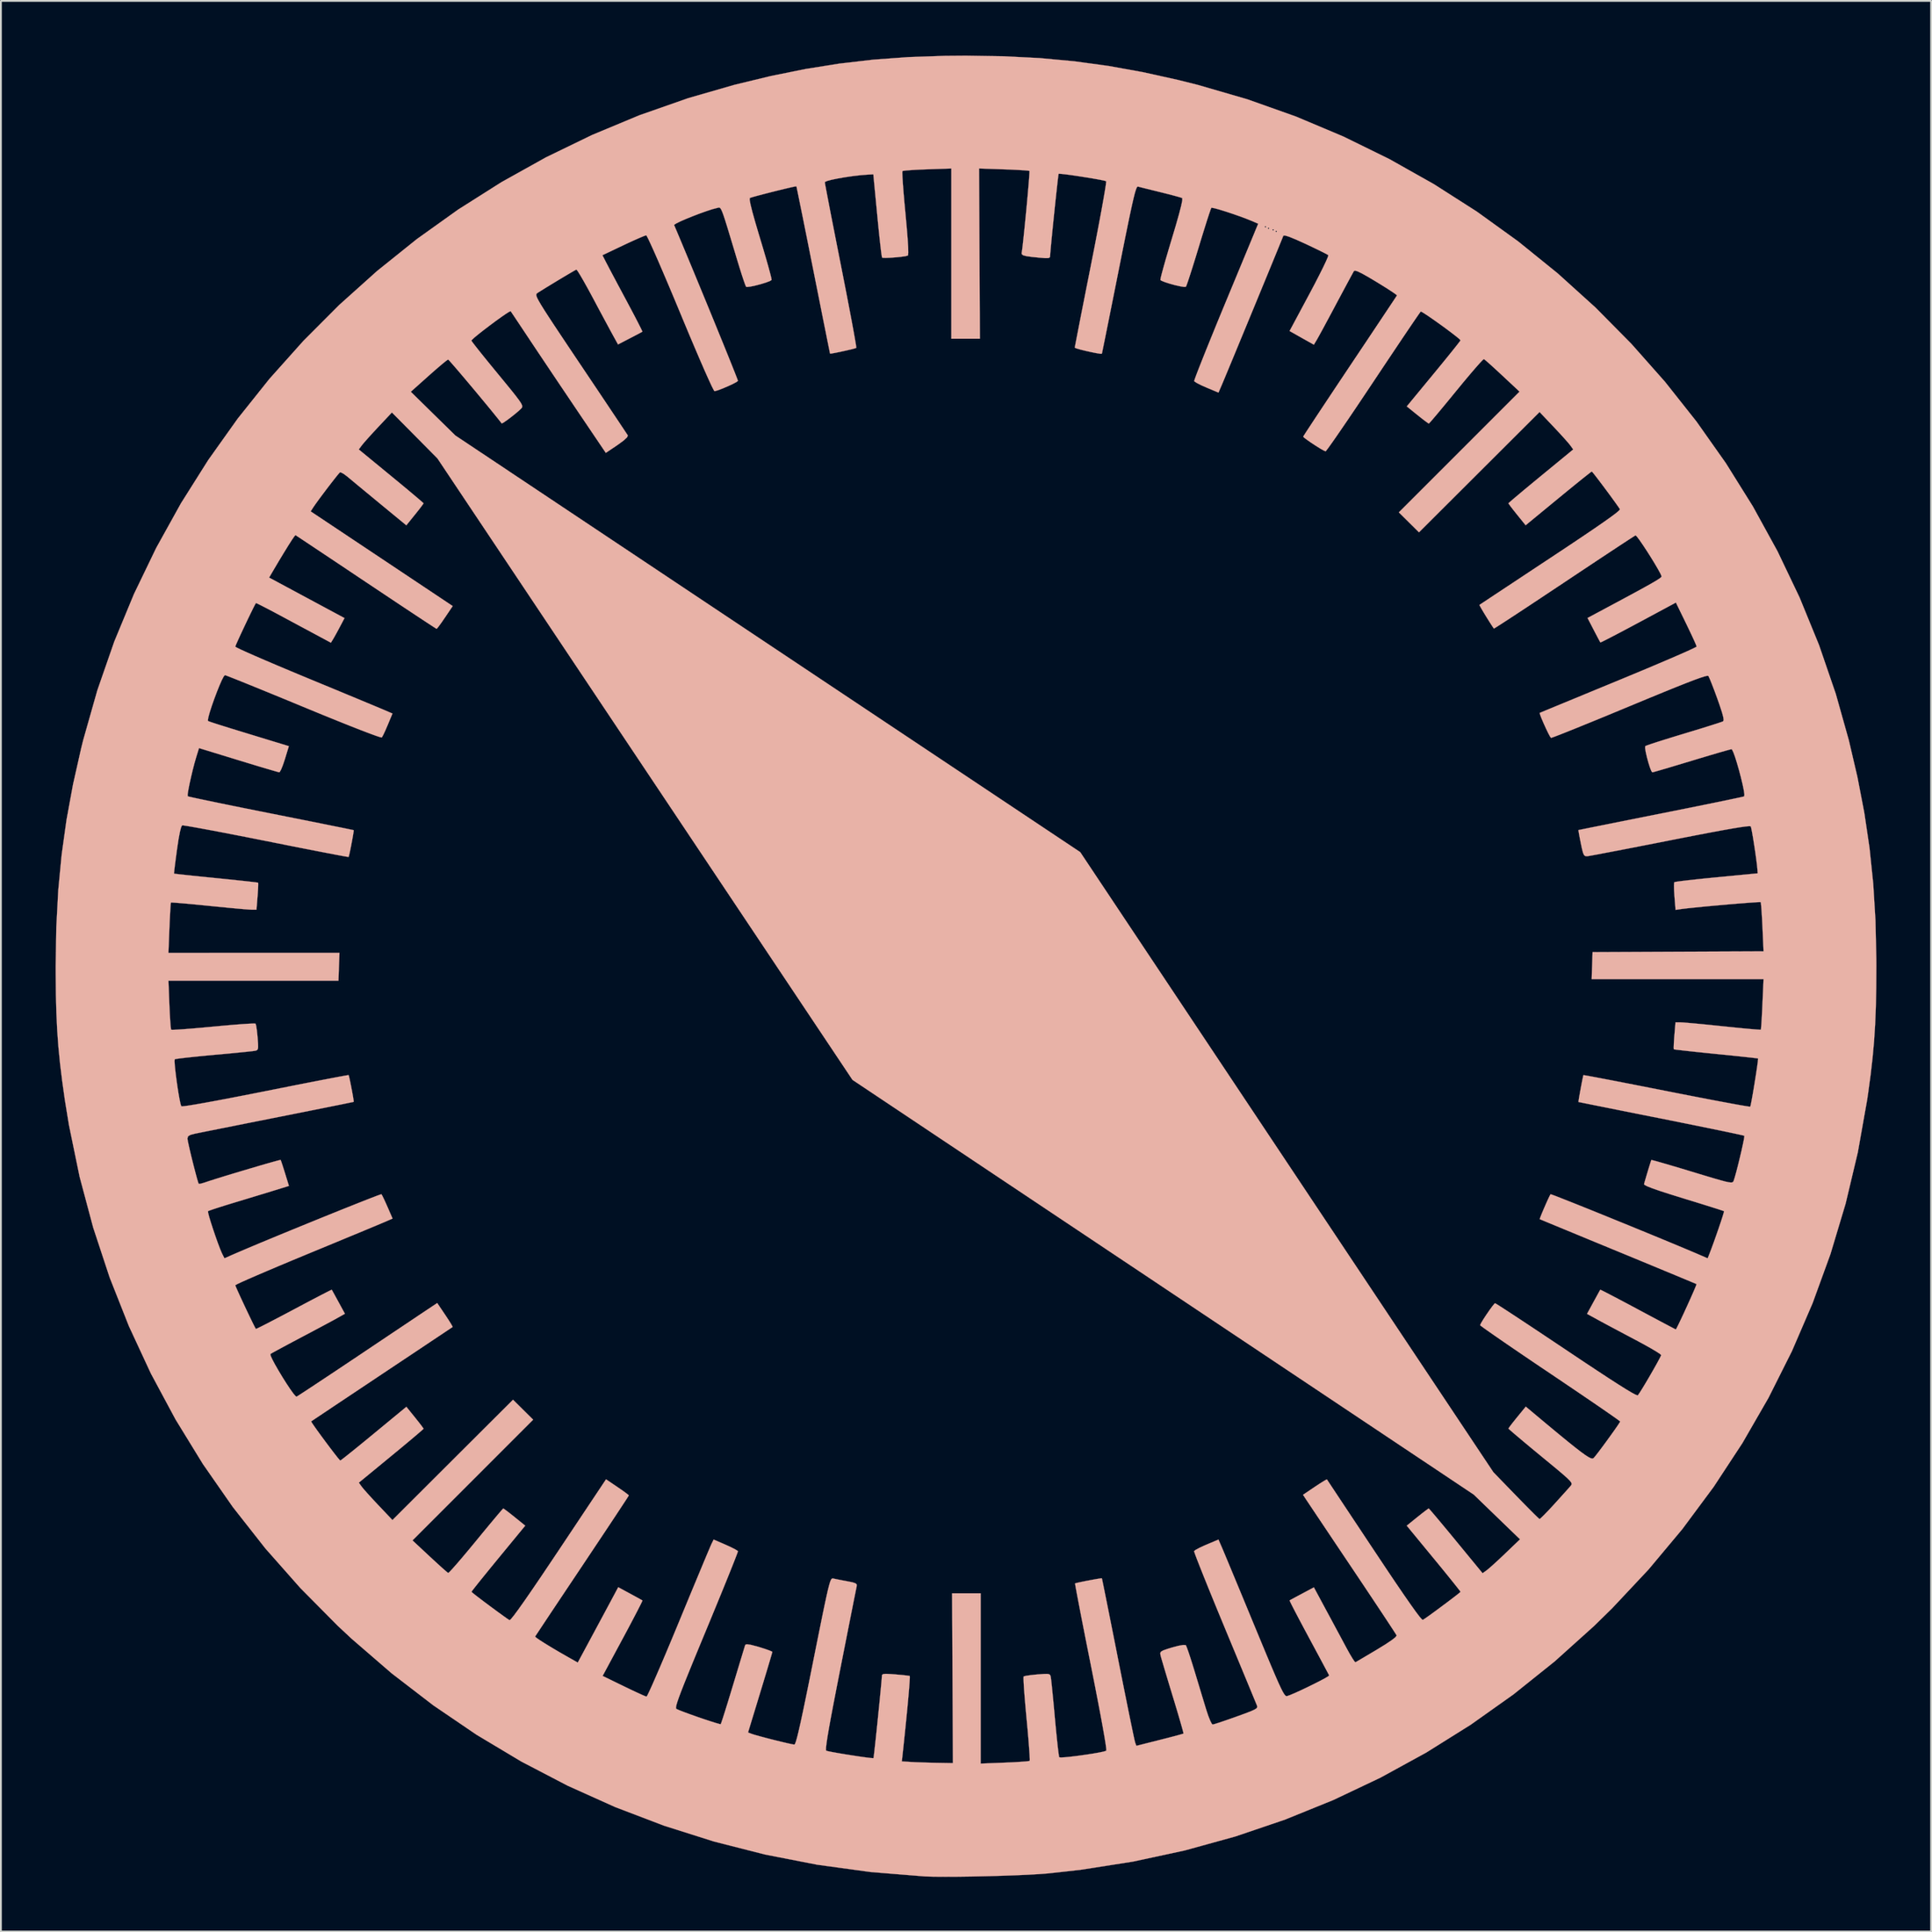
<source format=kicad_pcb>
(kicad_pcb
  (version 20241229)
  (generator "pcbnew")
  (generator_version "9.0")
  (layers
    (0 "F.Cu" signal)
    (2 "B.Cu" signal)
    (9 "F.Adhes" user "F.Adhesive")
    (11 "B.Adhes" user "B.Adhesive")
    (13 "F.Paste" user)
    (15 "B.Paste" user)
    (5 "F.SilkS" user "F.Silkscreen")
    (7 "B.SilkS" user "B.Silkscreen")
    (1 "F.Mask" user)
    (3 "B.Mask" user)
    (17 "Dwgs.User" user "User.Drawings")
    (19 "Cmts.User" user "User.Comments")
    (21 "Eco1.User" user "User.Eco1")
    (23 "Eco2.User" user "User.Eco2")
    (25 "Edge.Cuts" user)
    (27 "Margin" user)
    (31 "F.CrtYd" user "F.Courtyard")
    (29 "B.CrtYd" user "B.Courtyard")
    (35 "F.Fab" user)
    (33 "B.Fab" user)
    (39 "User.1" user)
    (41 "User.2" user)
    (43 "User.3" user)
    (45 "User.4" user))
  (footprint "safari_10x10_B"
    (layer "F.Cu")
    (at 49.905 49.906)
    (property "Reference" "safari_10x10_B" (at 0 0 0) (layer "B.SilkS") (effects (font (size 1.524 1.524) (thickness 0.3))))
    (attr through_hole)
    (fp_poly (pts (xy 2.123 -49.868) (xy 4.089 -49.768) (xy 5.984 -49.593) (xy 7.849 -49.339) (xy 9.727 -49.001) (xy 11.66 -48.573) (xy 12.742 -48.303) (xy 15.476 -47.509) (xy 18.145 -46.562) (xy 20.744 -45.467) (xy 23.268 -44.229) (xy 25.711 -42.854) (xy 28.069 -41.347) (xy 30.335 -39.713) (xy 32.506 -37.957) (xy 34.575 -36.086) (xy 36.537 -34.103) (xy 38.387 -32.015) (xy 40.12 -29.827) (xy 41.731 -27.544) (xy 43.213 -25.171) (xy 44.563 -22.713) (xy 45.774 -20.177) (xy 46.842 -17.567) (xy 47.761 -14.888) (xy 48.475 -12.348) (xy 48.948 -10.324) (xy 49.325 -8.367) (xy 49.612 -6.433) (xy 49.814 -4.48) (xy 49.937 -2.466) (xy 49.984 -0.347) (xy 49.986 0.042) (xy 49.979 1.229) (xy 49.958 2.287) (xy 49.919 3.255) (xy 49.86 4.172) (xy 49.778 5.078) (xy 49.671 6.013) (xy 49.535 7.016) (xy 49.48 7.39) (xy 48.97 10.261) (xy 48.299 13.08) (xy 47.47 15.842) (xy 46.487 18.542) (xy 45.352 21.175) (xy 44.067 23.735) (xy 42.635 26.219) (xy 41.059 28.619) (xy 39.342 30.933) (xy 37.485 33.153) (xy 35.492 35.276) (xy 34.502 36.246) (xy 32.336 38.195) (xy 30.076 40.004) (xy 27.727 41.67) (xy 25.294 43.193) (xy 22.782 44.569) (xy 20.196 45.796) (xy 17.54 46.873) (xy 14.819 47.797) (xy 12.038 48.565) (xy 9.201 49.176) (xy 6.315 49.628) (xy 4.53 49.825) (xy 4.048 49.861) (xy 3.438 49.896) (xy 2.733 49.927) (xy 1.964 49.954) (xy 1.164 49.976) (xy 0.365 49.993) (xy -0.4 50.004) (xy -1.099 50.007) (xy -1.7 50.003) (xy -2.17 49.99) (xy -2.244 49.986) (xy -5.207 49.746) (xy -8.121 49.346) (xy -10.982 48.788) (xy -13.786 48.074) (xy -16.528 47.205) (xy -19.206 46.184) (xy -21.814 45.011) (xy -24.349 43.689) (xy -26.806 42.219) (xy -29.182 40.603) (xy -31.472 38.843) (xy -33.673 36.941) (xy -34.417 36.246) (xy -36.473 34.171) (xy -38.395 31.996) (xy -40.179 29.726) (xy -41.822 27.366) (xy -43.322 24.921) (xy -44.677 22.397) (xy -45.884 19.797) (xy -46.939 17.129) (xy -47.841 14.395) (xy -48.587 11.603) (xy -49.174 8.756) (xy -49.396 7.39) (xy -49.542 6.355) (xy -49.659 5.4) (xy -49.749 4.486) (xy -49.816 3.573) (xy -49.861 2.623) (xy -49.888 1.596) (xy -49.899 0.452) (xy -49.9 0.042) (xy -49.888 -0.677) (xy -43.715 -0.677) (xy -39.023 -0.678) (xy -34.332 -0.678) (xy -34.36 0.084) (xy -34.387 0.847) (xy -43.714 0.847) (xy -43.663 2.169) (xy -43.642 2.625) (xy -43.619 3.02) (xy -43.596 3.322) (xy -43.575 3.502) (xy -43.564 3.539) (xy -43.471 3.543) (xy -43.231 3.533) (xy -42.868 3.508) (xy -42.403 3.471) (xy -41.86 3.424) (xy -41.259 3.368) (xy -41.253 3.368) (xy -40.652 3.312) (xy -40.107 3.265) (xy -39.64 3.23) (xy -39.274 3.207) (xy -39.032 3.198) (xy -38.936 3.204) (xy -38.935 3.205) (xy -38.904 3.309) (xy -38.868 3.539) (xy -38.833 3.851) (xy -38.824 3.955) (xy -38.798 4.297) (xy -38.794 4.506) (xy -38.818 4.618) (xy -38.878 4.669) (xy -38.962 4.692) (xy -39.099 4.711) (xy -39.379 4.742) (xy -39.776 4.782) (xy -40.264 4.83) (xy -40.819 4.882) (xy -41.233 4.919) (xy -41.808 4.973) (xy -42.328 5.025) (xy -42.767 5.072) (xy -43.103 5.113) (xy -43.311 5.143) (xy -43.369 5.159) (xy -43.38 5.258) (xy -43.366 5.487) (xy -43.333 5.812) (xy -43.286 6.195) (xy -43.23 6.6) (xy -43.169 6.993) (xy -43.109 7.336) (xy -43.055 7.594) (xy -43.012 7.73) (xy -43.006 7.739) (xy -42.909 7.739) (xy -42.658 7.706) (xy -42.264 7.643) (xy -41.738 7.551) (xy -41.092 7.432) (xy -40.337 7.289) (xy -39.485 7.124) (xy -38.547 6.939) (xy -38.392 6.908) (xy -37.54 6.738) (xy -36.74 6.579) (xy -36.006 6.435) (xy -35.353 6.308) (xy -34.797 6.201) (xy -34.353 6.117) (xy -34.035 6.059) (xy -33.86 6.029) (xy -33.829 6.027) (xy -33.802 6.119) (xy -33.756 6.327) (xy -33.7 6.605) (xy -33.642 6.907) (xy -33.592 7.186) (xy -33.558 7.397) (xy -33.549 7.493) (xy -33.549 7.494) (xy -33.634 7.513) (xy -33.869 7.561) (xy -34.238 7.637) (xy -34.726 7.735) (xy -35.317 7.854) (xy -35.994 7.989) (xy -36.743 8.139) (xy -37.547 8.299) (xy -37.719 8.333) (xy -38.548 8.498) (xy -39.338 8.655) (xy -40.071 8.802) (xy -40.729 8.933) (xy -41.295 9.046) (xy -41.75 9.137) (xy -42.077 9.203) (xy -42.259 9.24) (xy -42.27 9.243) (xy -42.519 9.309) (xy -42.639 9.388) (xy -42.671 9.506) (xy -42.671 9.511) (xy -42.651 9.643) (xy -42.598 9.895) (xy -42.521 10.231) (xy -42.428 10.616) (xy -42.329 11.012) (xy -42.232 11.384) (xy -42.148 11.696) (xy -42.084 11.912) (xy -42.051 11.995) (xy -41.96 11.988) (xy -41.77 11.935) (xy -41.69 11.908) (xy -41.456 11.83) (xy -41.115 11.721) (xy -40.695 11.591) (xy -40.219 11.446) (xy -39.716 11.295) (xy -39.211 11.145) (xy -38.73 11.003) (xy -38.299 10.878) (xy -37.943 10.778) (xy -37.691 10.709) (xy -37.566 10.68) (xy -37.558 10.681) (xy -37.524 10.77) (xy -37.454 10.981) (xy -37.36 11.277) (xy -37.319 11.408) (xy -37.104 12.106) (xy -37.92 12.358) (xy -38.293 12.473) (xy -38.777 12.62) (xy -39.32 12.785) (xy -39.87 12.952) (xy -40.115 13.026) (xy -40.573 13.166) (xy -40.972 13.292) (xy -41.286 13.395) (xy -41.486 13.466) (xy -41.545 13.492) (xy -41.536 13.585) (xy -41.48 13.802) (xy -41.388 14.108) (xy -41.27 14.47) (xy -41.14 14.854) (xy -41.009 15.224) (xy -40.887 15.547) (xy -40.786 15.787) (xy -40.757 15.849) (xy -40.64 16.078) (xy -40.196 15.881) (xy -39.821 15.719) (xy -39.347 15.517) (xy -38.791 15.283) (xy -38.17 15.025) (xy -37.503 14.749) (xy -36.806 14.463) (xy -36.096 14.173) (xy -35.392 13.886) (xy -34.71 13.61) (xy -34.069 13.352) (xy -33.484 13.119) (xy -32.975 12.917) (xy -32.557 12.754) (xy -32.25 12.637) (xy -32.069 12.573) (xy -32.027 12.564) (xy -31.972 12.661) (xy -31.869 12.873) (xy -31.739 13.161) (xy -31.697 13.256) (xy -31.418 13.898) (xy -31.859 14.089) (xy -32.025 14.159) (xy -32.33 14.287) (xy -32.757 14.465) (xy -33.288 14.686) (xy -33.908 14.942) (xy -34.597 15.228) (xy -35.34 15.535) (xy -36.119 15.857) (xy -36.174 15.88) (xy -36.936 16.196) (xy -37.649 16.495) (xy -38.297 16.769) (xy -38.866 17.013) (xy -39.34 17.219) (xy -39.704 17.382) (xy -39.944 17.495) (xy -40.045 17.552) (xy -40.047 17.555) (xy -40.013 17.648) (xy -39.92 17.86) (xy -39.784 18.159) (xy -39.62 18.512) (xy -39.444 18.887) (xy -39.271 19.25) (xy -39.117 19.568) (xy -38.997 19.809) (xy -38.927 19.941) (xy -38.917 19.954) (xy -38.839 19.923) (xy -38.631 19.821) (xy -38.312 19.659) (xy -37.903 19.446) (xy -37.421 19.194) (xy -36.886 18.911) (xy -36.83 18.881) (xy -36.292 18.595) (xy -35.805 18.338) (xy -35.389 18.121) (xy -35.062 17.952) (xy -34.845 17.843) (xy -34.755 17.802) (xy -34.754 17.802) (xy -34.71 17.88) (xy -34.604 18.072) (xy -34.456 18.343) (xy -34.386 18.471) (xy -34.032 19.12) (xy -34.479 19.371) (xy -34.692 19.488) (xy -35.024 19.667) (xy -35.443 19.891) (xy -35.919 20.145) (xy -36.421 20.41) (xy -36.491 20.447) (xy -36.963 20.697) (xy -37.383 20.922) (xy -37.73 21.109) (xy -37.98 21.246) (xy -38.109 21.321) (xy -38.121 21.33) (xy -38.107 21.422) (xy -38.015 21.625) (xy -37.865 21.908) (xy -37.673 22.242) (xy -37.459 22.598) (xy -37.24 22.945) (xy -37.034 23.255) (xy -36.86 23.497) (xy -36.736 23.642) (xy -36.686 23.67) (xy -36.597 23.616) (xy -36.381 23.476) (xy -36.052 23.261) (xy -35.623 22.978) (xy -35.109 22.637) (xy -34.522 22.247) (xy -33.878 21.817) (xy -33.189 21.357) (xy -33.005 21.233) (xy -32.302 20.762) (xy -31.635 20.315) (xy -31.019 19.903) (xy -30.469 19.535) (xy -30 19.22) (xy -29.624 18.969) (xy -29.357 18.791) (xy -29.213 18.695) (xy -29.199 18.685) (xy -28.967 18.533) (xy -28.531 19.179) (xy -28.344 19.463) (xy -28.203 19.688) (xy -28.129 19.822) (xy -28.123 19.846) (xy -28.197 19.895) (xy -28.399 20.03) (xy -28.716 20.242) (xy -29.135 20.521) (xy -29.643 20.86) (xy -30.228 21.251) (xy -30.877 21.683) (xy -31.577 22.149) (xy -32.004 22.434) (xy -32.727 22.917) (xy -33.407 23.37) (xy -34.031 23.786) (xy -34.586 24.156) (xy -35.058 24.472) (xy -35.437 24.725) (xy -35.707 24.906) (xy -35.857 25.006) (xy -35.884 25.025) (xy -35.847 25.096) (xy -35.727 25.273) (xy -35.546 25.529) (xy -35.323 25.835) (xy -35.08 26.164) (xy -34.838 26.487) (xy -34.616 26.777) (xy -34.437 27.005) (xy -34.32 27.145) (xy -34.287 27.174) (xy -34.212 27.124) (xy -34.024 26.979) (xy -33.741 26.753) (xy -33.378 26.461) (xy -32.954 26.115) (xy -32.486 25.731) (xy -32.451 25.702) (xy -30.66 24.225) (xy -30.189 24.808) (xy -29.979 25.072) (xy -29.817 25.282) (xy -29.728 25.408) (xy -29.718 25.428) (xy -29.781 25.49) (xy -29.958 25.644) (xy -30.232 25.877) (xy -30.587 26.175) (xy -31.005 26.523) (xy -31.471 26.907) (xy -31.494 26.926) (xy -33.269 28.386) (xy -33.11 28.608) (xy -32.992 28.753) (xy -32.784 28.988) (xy -32.516 29.282) (xy -32.215 29.604) (xy -32.187 29.633) (xy -31.424 30.438) (xy -28.117 27.137) (xy -24.809 23.837) (xy -24.257 24.384) (xy -23.705 24.931) (xy -27.015 28.243) (xy -30.325 31.554) (xy -29.381 32.435) (xy -29.048 32.743) (xy -28.758 33.007) (xy -28.532 33.207) (xy -28.395 33.322) (xy -28.366 33.342) (xy -28.296 33.285) (xy -28.135 33.114) (xy -27.896 32.844) (xy -27.594 32.492) (xy -27.244 32.075) (xy -26.859 31.61) (xy -26.839 31.585) (xy -26.454 31.116) (xy -26.105 30.694) (xy -25.805 30.335) (xy -25.569 30.055) (xy -25.411 29.872) (xy -25.344 29.803) (xy -25.344 29.803) (xy -25.266 29.852) (xy -25.088 29.985) (xy -24.844 30.177) (xy -24.723 30.274) (xy -24.14 30.745) (xy -25.616 32.539) (xy -26.002 33.01) (xy -26.35 33.438) (xy -26.647 33.805) (xy -26.878 34.095) (xy -27.03 34.29) (xy -27.089 34.373) (xy -27.089 34.375) (xy -27.025 34.434) (xy -26.852 34.572) (xy -26.599 34.766) (xy -26.295 34.996) (xy -25.967 35.239) (xy -25.646 35.476) (xy -25.359 35.684) (xy -25.135 35.843) (xy -25.003 35.93) (xy -25 35.932) (xy -24.928 35.877) (xy -24.767 35.681) (xy -24.517 35.344) (xy -24.178 34.866) (xy -23.749 34.245) (xy -23.23 33.482) (xy -22.622 32.576) (xy -22.301 32.097) (xy -19.706 28.203) (xy -19.082 28.625) (xy -18.804 28.816) (xy -18.59 28.972) (xy -18.471 29.068) (xy -18.457 29.086) (xy -18.503 29.162) (xy -18.634 29.366) (xy -18.843 29.684) (xy -19.12 30.105) (xy -19.457 30.614) (xy -19.846 31.199) (xy -20.278 31.847) (xy -20.744 32.546) (xy -21.018 32.957) (xy -21.5 33.678) (xy -21.954 34.357) (xy -22.369 34.979) (xy -22.739 35.533) (xy -23.053 36.006) (xy -23.304 36.384) (xy -23.483 36.654) (xy -23.582 36.804) (xy -23.598 36.83) (xy -23.538 36.89) (xy -23.352 37.02) (xy -23.064 37.204) (xy -22.697 37.428) (xy -22.272 37.68) (xy -21.812 37.943) (xy -21.783 37.96) (xy -21.257 38.257) (xy -20.588 37.014) (xy -20.32 36.516) (xy -20.039 35.993) (xy -19.772 35.496) (xy -19.547 35.076) (xy -19.478 34.948) (xy -19.037 34.123) (xy -18.387 34.475) (xy -18.093 34.635) (xy -17.86 34.763) (xy -17.727 34.838) (xy -17.708 34.849) (xy -17.739 34.926) (xy -17.841 35.133) (xy -18.003 35.45) (xy -18.216 35.858) (xy -18.47 36.339) (xy -18.755 36.872) (xy -18.787 36.93) (xy -19.894 38.989) (xy -18.731 39.556) (xy -18.322 39.753) (xy -17.965 39.92) (xy -17.687 40.046) (xy -17.519 40.116) (xy -17.484 40.126) (xy -17.436 40.051) (xy -17.331 39.834) (xy -17.174 39.489) (xy -16.973 39.03) (xy -16.732 38.473) (xy -16.459 37.832) (xy -16.16 37.121) (xy -15.841 36.355) (xy -15.713 36.046) (xy -15.386 35.254) (xy -15.076 34.504) (xy -14.788 33.811) (xy -14.53 33.192) (xy -14.309 32.661) (xy -14.13 32.235) (xy -14 31.929) (xy -13.926 31.759) (xy -13.915 31.735) (xy -13.802 31.508) (xy -13.147 31.792) (xy -12.846 31.93) (xy -12.612 32.05) (xy -12.483 32.131) (xy -12.47 32.146) (xy -12.497 32.236) (xy -12.584 32.466) (xy -12.724 32.824) (xy -12.912 33.295) (xy -13.142 33.865) (xy -13.408 34.518) (xy -13.705 35.24) (xy -14.025 36.018) (xy -14.214 36.473) (xy -14.602 37.41) (xy -14.929 38.202) (xy -15.198 38.863) (xy -15.416 39.402) (xy -15.585 39.834) (xy -15.71 40.168) (xy -15.796 40.418) (xy -15.848 40.594) (xy -15.869 40.71) (xy -15.865 40.776) (xy -15.843 40.802) (xy -15.678 40.875) (xy -15.407 40.98) (xy -15.066 41.105) (xy -14.687 41.239) (xy -14.304 41.37) (xy -13.952 41.486) (xy -13.663 41.576) (xy -13.473 41.629) (xy -13.414 41.636) (xy -13.379 41.546) (xy -13.302 41.317) (xy -13.191 40.968) (xy -13.052 40.524) (xy -12.893 40.004) (xy -12.736 39.487) (xy -12.563 38.915) (xy -12.406 38.395) (xy -12.271 37.949) (xy -12.165 37.6) (xy -12.095 37.37) (xy -12.068 37.284) (xy -11.983 37.252) (xy -11.764 37.283) (xy -11.401 37.378) (xy -11.309 37.405) (xy -10.988 37.506) (xy -10.74 37.594) (xy -10.601 37.655) (xy -10.583 37.671) (xy -10.607 37.762) (xy -10.674 37.993) (xy -10.778 38.343) (xy -10.912 38.791) (xy -11.07 39.314) (xy -11.246 39.892) (xy -11.25 39.906) (xy -11.916 42.092) (xy -11.709 42.171) (xy -11.533 42.227) (xy -11.246 42.307) (xy -10.887 42.403) (xy -10.495 42.503) (xy -10.108 42.598) (xy -9.767 42.679) (xy -9.509 42.735) (xy -9.375 42.757) (xy -9.373 42.757) (xy -9.337 42.715) (xy -9.288 42.584) (xy -9.222 42.354) (xy -9.139 42.015) (xy -9.035 41.559) (xy -8.909 40.975) (xy -8.759 40.255) (xy -8.582 39.389) (xy -8.376 38.368) (xy -8.339 38.179) (xy -8.141 37.191) (xy -7.973 36.357) (xy -7.832 35.663) (xy -7.715 35.097) (xy -7.618 34.646) (xy -7.539 34.297) (xy -7.474 34.039) (xy -7.421 33.856) (xy -7.376 33.738) (xy -7.336 33.672) (xy -7.298 33.644) (xy -7.26 33.642) (xy -7.247 33.644) (xy -7.075 33.681) (xy -6.797 33.736) (xy -6.493 33.793) (xy -6.189 33.853) (xy -6.021 33.908) (xy -5.953 33.973) (xy -5.955 34.066) (xy -5.956 34.073) (xy -5.98 34.187) (xy -6.033 34.452) (xy -6.113 34.851) (xy -6.215 35.367) (xy -6.338 35.985) (xy -6.477 36.689) (xy -6.63 37.462) (xy -6.793 38.288) (xy -6.862 38.638) (xy -7.065 39.673) (xy -7.235 40.552) (xy -7.373 41.283) (xy -7.481 41.876) (xy -7.56 42.34) (xy -7.611 42.685) (xy -7.638 42.919) (xy -7.641 43.052) (xy -7.627 43.091) (xy -7.518 43.122) (xy -7.283 43.169) (xy -6.955 43.228) (xy -6.572 43.292) (xy -6.167 43.356) (xy -5.777 43.415) (xy -5.436 43.462) (xy -5.18 43.493) (xy -5.045 43.502) (xy -5.033 43.499) (xy -5.019 43.413) (xy -4.991 43.185) (xy -4.953 42.842) (xy -4.906 42.411) (xy -4.854 41.919) (xy -4.8 41.393) (xy -4.746 40.859) (xy -4.694 40.345) (xy -4.649 39.876) (xy -4.611 39.481) (xy -4.585 39.186) (xy -4.573 39.017) (xy -4.572 38.997) (xy -4.558 38.926) (xy -4.493 38.887) (xy -4.346 38.875) (xy -4.084 38.888) (xy -3.831 38.907) (xy -3.494 38.937) (xy -3.226 38.965) (xy -3.069 38.987) (xy -3.045 38.993) (xy -3.041 39.081) (xy -3.054 39.32) (xy -3.081 39.689) (xy -3.123 40.17) (xy -3.175 40.745) (xy -3.239 41.395) (xy -3.31 42.1) (xy -3.388 42.843) (xy -3.426 43.197) (xy -3.479 43.679) (xy -2.988 43.71) (xy -2.688 43.725) (xy -2.283 43.739) (xy -1.837 43.752) (xy -1.586 43.757) (xy -0.675 43.773) (xy -0.697 39.116) (xy -0.72 34.459) (xy 0.847 34.459) (xy 0.847 43.799) (xy 2.169 43.747) (xy 2.625 43.727) (xy 3.019 43.704) (xy 3.321 43.681) (xy 3.501 43.66) (xy 3.538 43.65) (xy 3.542 43.557) (xy 3.531 43.318) (xy 3.506 42.955) (xy 3.47 42.49) (xy 3.423 41.947) (xy 3.367 41.346) (xy 3.366 41.339) (xy 3.311 40.738) (xy 3.265 40.192) (xy 3.229 39.725) (xy 3.207 39.36) (xy 3.198 39.117) (xy 3.204 39.02) (xy 3.204 39.02) (xy 3.309 38.989) (xy 3.539 38.953) (xy 3.851 38.918) (xy 3.955 38.909) (xy 4.297 38.883) (xy 4.506 38.878) (xy 4.618 38.903) (xy 4.669 38.962) (xy 4.692 39.047) (xy 4.711 39.184) (xy 4.742 39.464) (xy 4.782 39.861) (xy 4.83 40.349) (xy 4.882 40.903) (xy 4.919 41.317) (xy 4.973 41.893) (xy 5.025 42.412) (xy 5.072 42.852) (xy 5.113 43.187) (xy 5.143 43.395) (xy 5.159 43.453) (xy 5.258 43.464) (xy 5.487 43.451) (xy 5.812 43.418) (xy 6.195 43.371) (xy 6.6 43.314) (xy 6.993 43.254) (xy 7.336 43.194) (xy 7.594 43.14) (xy 7.73 43.097) (xy 7.739 43.091) (xy 7.739 42.994) (xy 7.706 42.743) (xy 7.643 42.349) (xy 7.551 41.823) (xy 7.432 41.177) (xy 7.289 40.422) (xy 7.124 39.57) (xy 6.939 38.632) (xy 6.908 38.476) (xy 6.738 37.625) (xy 6.579 36.824) (xy 6.435 36.09) (xy 6.308 35.438) (xy 6.201 34.882) (xy 6.117 34.438) (xy 6.059 34.12) (xy 6.029 33.945) (xy 6.027 33.914) (xy 6.119 33.887) (xy 6.328 33.841) (xy 6.606 33.784) (xy 6.909 33.727) (xy 7.188 33.676) (xy 7.399 33.642) (xy 7.495 33.633) (xy 7.496 33.634) (xy 7.515 33.719) (xy 7.564 33.954) (xy 7.639 34.325) (xy 7.738 34.816) (xy 7.857 35.411) (xy 7.994 36.096) (xy 8.145 36.854) (xy 8.307 37.671) (xy 8.383 38.058) (xy 8.551 38.903) (xy 8.711 39.701) (xy 8.859 40.437) (xy 8.992 41.094) (xy 9.108 41.657) (xy 9.202 42.108) (xy 9.271 42.432) (xy 9.313 42.613) (xy 9.321 42.643) (xy 9.388 42.825) (xy 10.669 42.502) (xy 11.109 42.39) (xy 11.488 42.291) (xy 11.775 42.213) (xy 11.944 42.163) (xy 11.975 42.151) (xy 11.959 42.065) (xy 11.898 41.84) (xy 11.8 41.497) (xy 11.672 41.058) (xy 11.519 40.546) (xy 11.38 40.09) (xy 11.207 39.521) (xy 11.049 38.996) (xy 10.913 38.541) (xy 10.806 38.179) (xy 10.736 37.936) (xy 10.713 37.846) (xy 10.699 37.74) (xy 10.737 37.662) (xy 10.855 37.592) (xy 11.083 37.511) (xy 11.347 37.43) (xy 11.696 37.337) (xy 11.956 37.291) (xy 12.093 37.297) (xy 12.102 37.303) (xy 12.149 37.407) (xy 12.235 37.644) (xy 12.349 37.985) (xy 12.48 38.401) (xy 12.57 38.693) (xy 12.73 39.221) (xy 12.896 39.771) (xy 13.053 40.288) (xy 13.183 40.716) (xy 13.218 40.831) (xy 13.332 41.175) (xy 13.441 41.449) (xy 13.529 41.618) (xy 13.571 41.656) (xy 13.683 41.629) (xy 13.924 41.553) (xy 14.262 41.439) (xy 14.667 41.298) (xy 14.875 41.224) (xy 15.335 41.057) (xy 15.658 40.933) (xy 15.865 40.841) (xy 15.978 40.769) (xy 16.02 40.704) (xy 16.013 40.634) (xy 16.004 40.61) (xy 15.959 40.499) (xy 15.854 40.246) (xy 15.698 39.868) (xy 15.496 39.379) (xy 15.254 38.795) (xy 14.979 38.132) (xy 14.677 37.404) (xy 14.354 36.627) (xy 14.23 36.327) (xy 13.904 35.54) (xy 13.6 34.799) (xy 13.323 34.12) (xy 13.08 33.517) (xy 12.876 33.004) (xy 12.717 32.598) (xy 12.609 32.312) (xy 12.558 32.162) (xy 12.555 32.143) (xy 12.641 32.074) (xy 12.846 31.963) (xy 13.131 31.831) (xy 13.238 31.785) (xy 13.893 31.509) (xy 14.084 31.947) (xy 14.154 32.112) (xy 14.281 32.416) (xy 14.459 32.842) (xy 14.68 33.374) (xy 14.937 33.992) (xy 15.223 34.682) (xy 15.53 35.424) (xy 15.852 36.203) (xy 15.877 36.263) (xy 16.243 37.146) (xy 16.55 37.884) (xy 16.805 38.491) (xy 17.013 38.978) (xy 17.18 39.359) (xy 17.313 39.645) (xy 17.416 39.849) (xy 17.496 39.984) (xy 17.558 40.062) (xy 17.609 40.096) (xy 17.653 40.097) (xy 17.655 40.097) (xy 17.825 40.037) (xy 18.091 39.925) (xy 18.42 39.775) (xy 18.782 39.603) (xy 19.144 39.425) (xy 19.475 39.257) (xy 19.743 39.113) (xy 19.917 39.009) (xy 19.967 38.963) (xy 19.921 38.874) (xy 19.805 38.656) (xy 19.63 38.328) (xy 19.408 37.912) (xy 19.147 37.427) (xy 18.86 36.893) (xy 18.854 36.882) (xy 18.569 36.35) (xy 18.314 35.87) (xy 18.099 35.46) (xy 17.934 35.14) (xy 17.83 34.929) (xy 17.795 34.846) (xy 17.795 34.846) (xy 17.877 34.8) (xy 18.073 34.694) (xy 18.347 34.547) (xy 18.475 34.479) (xy 19.128 34.131) (xy 19.797 35.375) (xy 20.066 35.873) (xy 20.347 36.397) (xy 20.615 36.895) (xy 20.84 37.315) (xy 20.909 37.444) (xy 21.091 37.773) (xy 21.247 38.034) (xy 21.359 38.199) (xy 21.407 38.242) (xy 21.496 38.191) (xy 21.703 38.069) (xy 22.004 37.891) (xy 22.37 37.674) (xy 22.587 37.545) (xy 23.049 37.261) (xy 23.39 37.034) (xy 23.6 36.869) (xy 23.67 36.773) (xy 23.668 36.768) (xy 23.614 36.678) (xy 23.475 36.462) (xy 23.259 36.132) (xy 22.976 35.703) (xy 22.635 35.189) (xy 22.245 34.603) (xy 21.815 33.958) (xy 21.354 33.27) (xy 21.233 33.089) (xy 20.761 32.386) (xy 20.314 31.719) (xy 19.902 31.104) (xy 19.534 30.554) (xy 19.22 30.085) (xy 18.968 29.709) (xy 18.79 29.442) (xy 18.694 29.299) (xy 18.685 29.285) (xy 18.533 29.052) (xy 19.179 28.616) (xy 19.463 28.429) (xy 19.687 28.288) (xy 19.82 28.214) (xy 19.842 28.208) (xy 19.891 28.282) (xy 20.025 28.484) (xy 20.235 28.801) (xy 20.513 29.221) (xy 20.851 29.73) (xy 21.24 30.316) (xy 21.672 30.966) (xy 22.137 31.667) (xy 22.43 32.107) (xy 23.062 33.056) (xy 23.605 33.864) (xy 24.062 34.534) (xy 24.434 35.069) (xy 24.722 35.472) (xy 24.93 35.745) (xy 25.059 35.89) (xy 25.106 35.917) (xy 25.239 35.829) (xy 25.464 35.671) (xy 25.751 35.463) (xy 26.071 35.226) (xy 26.396 34.984) (xy 26.698 34.756) (xy 26.948 34.564) (xy 27.116 34.43) (xy 27.175 34.375) (xy 27.123 34.301) (xy 26.977 34.114) (xy 26.751 33.83) (xy 26.459 33.468) (xy 26.114 33.044) (xy 25.73 32.576) (xy 25.699 32.539) (xy 24.223 30.746) (xy 24.807 30.274) (xy 25.071 30.064) (xy 25.281 29.903) (xy 25.407 29.813) (xy 25.427 29.803) (xy 25.488 29.865) (xy 25.642 30.042) (xy 25.875 30.317) (xy 26.172 30.672) (xy 26.52 31.091) (xy 26.904 31.556) (xy 26.923 31.58) (xy 28.383 33.356) (xy 28.606 33.196) (xy 28.751 33.077) (xy 28.986 32.869) (xy 29.28 32.599) (xy 29.602 32.296) (xy 29.633 32.265) (xy 30.438 31.495) (xy 27.898 29.04) (xy -6.185 6.288) (xy -17.57 -10.759) (xy -28.955 -27.805) (xy -30.204 -29.067) (xy -31.454 -30.328) (xy -32.198 -29.536) (xy -32.497 -29.215) (xy -32.767 -28.917) (xy -32.979 -28.677) (xy -33.104 -28.525) (xy -33.107 -28.521) (xy -33.272 -28.298) (xy -31.495 -26.838) (xy -31.028 -26.453) (xy -30.606 -26.104) (xy -30.248 -25.803) (xy -29.969 -25.567) (xy -29.787 -25.409) (xy -29.718 -25.343) (xy -29.718 -25.343) (xy -29.768 -25.265) (xy -29.9 -25.088) (xy -30.092 -24.844) (xy -30.19 -24.722) (xy -30.663 -24.137) (xy -32.117 -25.334) (xy -32.562 -25.702) (xy -32.984 -26.05) (xy -33.357 -26.358) (xy -33.656 -26.607) (xy -33.858 -26.775) (xy -33.9 -26.81) (xy -34.101 -26.96) (xy -34.254 -27.04) (xy -34.304 -27.043) (xy -34.38 -26.961) (xy -34.533 -26.773) (xy -34.74 -26.509) (xy -34.978 -26.201) (xy -35.222 -25.878) (xy -35.451 -25.57) (xy -35.64 -25.309) (xy -35.764 -25.129) (xy -35.912 -24.901) (xy -32.015 -22.304) (xy -28.119 -19.706) (xy -28.54 -19.082) (xy -28.731 -18.804) (xy -28.887 -18.59) (xy -28.984 -18.471) (xy -29.002 -18.457) (xy -29.078 -18.503) (xy -29.281 -18.634) (xy -29.6 -18.843) (xy -30.02 -19.12) (xy -30.529 -19.457) (xy -31.115 -19.846) (xy -31.763 -20.278) (xy -32.461 -20.744) (xy -32.873 -21.018) (xy -33.594 -21.5) (xy -34.272 -21.954) (xy -34.895 -22.369) (xy -35.449 -22.739) (xy -35.921 -23.053) (xy -36.299 -23.304) (xy -36.569 -23.484) (xy -36.719 -23.582) (xy -36.745 -23.599) (xy -36.803 -23.536) (xy -36.934 -23.346) (xy -37.126 -23.046) (xy -37.368 -22.654) (xy -37.649 -22.19) (xy -37.956 -21.671) (xy -38.011 -21.578) (xy -38.191 -21.269) (xy -36.123 -20.157) (xy -34.055 -19.046) (xy -34.311 -18.561) (xy -34.465 -18.274) (xy -34.605 -18.022) (xy -34.684 -17.886) (xy -34.801 -17.696) (xy -35.498 -18.071) (xy -35.813 -18.24) (xy -36.234 -18.466) (xy -36.719 -18.726) (xy -37.225 -18.998) (xy -37.544 -19.17) (xy -37.975 -19.4) (xy -38.352 -19.597) (xy -38.65 -19.75) (xy -38.845 -19.846) (xy -38.914 -19.873) (xy -38.968 -19.78) (xy -39.076 -19.568) (xy -39.223 -19.269) (xy -39.393 -18.916) (xy -39.57 -18.542) (xy -39.74 -18.18) (xy -39.886 -17.862) (xy -39.993 -17.622) (xy -40.045 -17.492) (xy -40.047 -17.48) (xy -39.971 -17.431) (xy -39.754 -17.324) (xy -39.409 -17.167) (xy -38.952 -16.965) (xy -38.399 -16.726) (xy -37.763 -16.455) (xy -37.06 -16.159) (xy -36.305 -15.844) (xy -36.174 -15.79) (xy -35.394 -15.467) (xy -34.648 -15.159) (xy -33.955 -14.871) (xy -33.33 -14.612) (xy -32.792 -14.388) (xy -32.358 -14.207) (xy -32.044 -14.076) (xy -31.869 -14.002) (xy -31.862 -13.999) (xy -31.424 -13.809) (xy -31.681 -13.191) (xy -31.811 -12.889) (xy -31.924 -12.647) (xy -32 -12.509) (xy -32.009 -12.497) (xy -32.1 -12.513) (xy -32.334 -12.591) (xy -32.7 -12.725) (xy -33.186 -12.911) (xy -33.778 -13.143) (xy -34.466 -13.419) (xy -35.236 -13.731) (xy -36.076 -14.077) (xy -36.3 -14.169) (xy -37.099 -14.5) (xy -37.853 -14.81) (xy -38.545 -15.093) (xy -39.163 -15.345) (xy -39.69 -15.558) (xy -40.113 -15.727) (xy -40.416 -15.846) (xy -40.585 -15.909) (xy -40.615 -15.917) (xy -40.682 -15.842) (xy -40.788 -15.639) (xy -40.919 -15.34) (xy -41.063 -14.981) (xy -41.208 -14.594) (xy -41.342 -14.212) (xy -41.452 -13.87) (xy -41.526 -13.6) (xy -41.551 -13.436) (xy -41.543 -13.405) (xy -41.505 -13.385) (xy -41.409 -13.349) (xy -41.242 -13.293) (xy -40.992 -13.212) (xy -40.646 -13.103) (xy -40.191 -12.962) (xy -39.615 -12.785) (xy -38.905 -12.568) (xy -38.048 -12.306) (xy -37.837 -12.242) (xy -37.108 -12.02) (xy -37.327 -11.302) (xy -37.434 -10.983) (xy -37.533 -10.737) (xy -37.61 -10.602) (xy -37.633 -10.586) (xy -37.734 -10.611) (xy -37.974 -10.68) (xy -38.333 -10.785) (xy -38.787 -10.92) (xy -39.314 -11.08) (xy -39.878 -11.252) (xy -42.037 -11.914) (xy -42.184 -11.439) (xy -42.283 -11.098) (xy -42.384 -10.709) (xy -42.479 -10.306) (xy -42.563 -9.927) (xy -42.625 -9.604) (xy -42.66 -9.374) (xy -42.658 -9.272) (xy -42.658 -9.271) (xy -42.568 -9.246) (xy -42.328 -9.192) (xy -41.952 -9.111) (xy -41.455 -9.007) (xy -40.854 -8.882) (xy -40.163 -8.741) (xy -39.398 -8.586) (xy -38.573 -8.421) (xy -38.091 -8.325) (xy -37.241 -8.155) (xy -36.442 -7.996) (xy -35.71 -7.85) (xy -35.06 -7.719) (xy -34.506 -7.607) (xy -34.064 -7.518) (xy -33.75 -7.453) (xy -33.578 -7.417) (xy -33.549 -7.41) (xy -33.556 -7.328) (xy -33.588 -7.126) (xy -33.637 -6.851) (xy -33.694 -6.549) (xy -33.751 -6.267) (xy -33.799 -6.05) (xy -33.828 -5.944) (xy -33.829 -5.942) (xy -33.914 -5.953) (xy -34.149 -5.994) (xy -34.52 -6.063) (xy -35.012 -6.157) (xy -35.609 -6.273) (xy -36.295 -6.407) (xy -37.057 -6.557) (xy -37.879 -6.721) (xy -38.354 -6.816) (xy -39.205 -6.985) (xy -40.007 -7.142) (xy -40.746 -7.285) (xy -41.404 -7.41) (xy -41.967 -7.514) (xy -42.419 -7.595) (xy -42.745 -7.65) (xy -42.928 -7.676) (xy -42.963 -7.676) (xy -43.018 -7.575) (xy -43.085 -7.318) (xy -43.16 -6.919) (xy -43.24 -6.39) (xy -43.247 -6.339) (xy -43.307 -5.893) (xy -43.356 -5.511) (xy -43.391 -5.222) (xy -43.408 -5.055) (xy -43.408 -5.026) (xy -43.323 -5.014) (xy -43.091 -4.987) (xy -42.735 -4.948) (xy -42.275 -4.9) (xy -41.735 -4.845) (xy -41.135 -4.784) (xy -41.106 -4.781) (xy -40.503 -4.72) (xy -39.958 -4.663) (xy -39.493 -4.614) (xy -39.129 -4.573) (xy -38.889 -4.544) (xy -38.794 -4.529) (xy -38.793 -4.529) (xy -38.788 -4.44) (xy -38.796 -4.222) (xy -38.815 -3.916) (xy -38.826 -3.777) (xy -38.885 -3.048) (xy -39.149 -3.048) (xy -39.305 -3.057) (xy -39.603 -3.08) (xy -40.016 -3.117) (xy -40.517 -3.164) (xy -41.079 -3.219) (xy -41.48 -3.259) (xy -42.052 -3.316) (xy -42.566 -3.365) (xy -42.998 -3.403) (xy -43.326 -3.43) (xy -43.526 -3.442) (xy -43.578 -3.441) (xy -43.591 -3.35) (xy -43.608 -3.12) (xy -43.627 -2.778) (xy -43.648 -2.355) (xy -43.661 -2.044) (xy -43.715 -0.677) (xy -49.888 -0.677) (xy -49.865 -2.091) (xy -49.758 -4.111) (xy -49.573 -6.061) (xy -49.304 -7.984) (xy -48.948 -9.922) (xy -48.498 -11.917) (xy -48.391 -12.348) (xy -47.614 -15.085) (xy -46.685 -17.759) (xy -45.606 -20.364) (xy -44.385 -22.895) (xy -43.025 -25.347) (xy -41.533 -27.713) (xy -39.913 -29.99) (xy -38.737 -31.463) (xy -30.418 -31.463) (xy -29.196 -30.263) (xy -27.974 -29.064) (xy -10.833 -17.635) (xy 6.308 -6.207) (xy 17.641 10.803) (xy 28.975 27.813) (xy 30.214 29.092) (xy 30.586 29.473) (xy 30.918 29.81) (xy 31.192 30.085) (xy 31.391 30.279) (xy 31.497 30.376) (xy 31.508 30.383) (xy 31.582 30.328) (xy 31.745 30.17) (xy 31.976 29.932) (xy 32.252 29.636) (xy 32.312 29.57) (xy 32.607 29.244) (xy 32.872 28.95) (xy 33.081 28.717) (xy 33.205 28.575) (xy 33.213 28.565) (xy 33.255 28.51) (xy 33.271 28.453) (xy 33.248 28.382) (xy 33.174 28.282) (xy 33.034 28.142) (xy 32.815 27.947) (xy 32.505 27.683) (xy 32.089 27.339) (xy 31.583 26.922) (xy 31.115 26.536) (xy 30.694 26.185) (xy 30.335 25.883) (xy 30.055 25.646) (xy 29.872 25.486) (xy 29.803 25.418) (xy 29.803 25.417) (xy 29.853 25.338) (xy 29.987 25.16) (xy 30.18 24.917) (xy 30.278 24.796) (xy 30.753 24.215) (xy 31.183 24.575) (xy 31.91 25.183) (xy 32.52 25.689) (xy 33.022 26.101) (xy 33.429 26.428) (xy 33.75 26.677) (xy 33.997 26.857) (xy 34.181 26.977) (xy 34.312 27.043) (xy 34.401 27.064) (xy 34.46 27.049) (xy 34.472 27.04) (xy 34.564 26.934) (xy 34.726 26.727) (xy 34.935 26.449) (xy 35.169 26.132) (xy 35.405 25.806) (xy 35.622 25.502) (xy 35.796 25.251) (xy 35.906 25.082) (xy 35.933 25.031) (xy 35.866 24.976) (xy 35.671 24.835) (xy 35.361 24.618) (xy 34.949 24.333) (xy 34.446 23.988) (xy 33.866 23.593) (xy 33.221 23.156) (xy 32.525 22.686) (xy 32.089 22.392) (xy 31.367 21.907) (xy 30.69 21.448) (xy 30.07 21.026) (xy 29.52 20.649) (xy 29.053 20.326) (xy 28.68 20.066) (xy 28.415 19.877) (xy 28.271 19.768) (xy 28.248 19.744) (xy 28.302 19.629) (xy 28.423 19.428) (xy 28.584 19.182) (xy 28.757 18.93) (xy 28.915 18.714) (xy 29.029 18.574) (xy 29.068 18.543) (xy 29.15 18.589) (xy 29.359 18.72) (xy 29.682 18.929) (xy 30.107 19.207) (xy 30.62 19.545) (xy 31.209 19.935) (xy 31.859 20.368) (xy 32.56 20.836) (xy 32.98 21.117) (xy 33.89 21.725) (xy 34.667 22.24) (xy 35.317 22.666) (xy 35.847 23.007) (xy 36.262 23.267) (xy 36.569 23.45) (xy 36.774 23.559) (xy 36.883 23.598) (xy 36.903 23.593) (xy 36.997 23.459) (xy 37.146 23.223) (xy 37.332 22.915) (xy 37.536 22.569) (xy 37.739 22.216) (xy 37.924 21.889) (xy 38.071 21.619) (xy 38.162 21.44) (xy 38.182 21.385) (xy 38.11 21.319) (xy 37.91 21.189) (xy 37.606 21.009) (xy 37.22 20.793) (xy 36.776 20.554) (xy 36.734 20.532) (xy 36.235 20.268) (xy 35.742 20.006) (xy 35.294 19.767) (xy 34.926 19.57) (xy 34.701 19.447) (xy 34.114 19.125) (xy 34.469 18.474) (xy 34.63 18.18) (xy 34.756 17.95) (xy 34.829 17.819) (xy 34.84 17.801) (xy 34.915 17.834) (xy 35.12 17.937) (xy 35.436 18.101) (xy 35.843 18.314) (xy 36.323 18.568) (xy 36.856 18.853) (xy 36.908 18.881) (xy 37.446 19.168) (xy 37.933 19.428) (xy 38.349 19.649) (xy 38.676 19.822) (xy 38.894 19.936) (xy 38.984 19.981) (xy 38.985 19.981) (xy 39.029 19.909) (xy 39.127 19.714) (xy 39.265 19.427) (xy 39.427 19.08) (xy 39.599 18.705) (xy 39.768 18.332) (xy 39.918 17.993) (xy 40.036 17.719) (xy 40.107 17.543) (xy 40.121 17.493) (xy 40.039 17.457) (xy 39.815 17.363) (xy 39.463 17.216) (xy 38.997 17.022) (xy 38.432 16.788) (xy 37.782 16.518) (xy 37.062 16.22) (xy 36.285 15.899) (xy 35.814 15.705) (xy 35.011 15.374) (xy 34.257 15.063) (xy 33.566 14.777) (xy 32.951 14.523) (xy 32.428 14.307) (xy 32.01 14.134) (xy 31.712 14.01) (xy 31.547 13.941) (xy 31.519 13.929) (xy 31.541 13.853) (xy 31.614 13.665) (xy 31.721 13.41) (xy 31.843 13.129) (xy 31.961 12.866) (xy 32.057 12.664) (xy 32.111 12.565) (xy 32.113 12.563) (xy 32.195 12.588) (xy 32.416 12.67) (xy 32.758 12.804) (xy 33.206 12.981) (xy 33.74 13.194) (xy 34.345 13.437) (xy 35.002 13.703) (xy 35.694 13.985) (xy 36.405 14.274) (xy 37.116 14.566) (xy 37.81 14.851) (xy 38.471 15.124) (xy 39.081 15.378) (xy 39.622 15.604) (xy 40.078 15.797) (xy 40.368 15.922) (xy 40.731 16.08) (xy 40.823 15.851) (xy 40.935 15.557) (xy 41.067 15.197) (xy 41.206 14.805) (xy 41.342 14.412) (xy 41.464 14.052) (xy 41.559 13.757) (xy 41.618 13.56) (xy 41.63 13.493) (xy 41.544 13.461) (xy 41.317 13.386) (xy 40.971 13.276) (xy 40.527 13.137) (xy 40.005 12.975) (xy 39.427 12.798) (xy 39.405 12.791) (xy 38.684 12.567) (xy 38.119 12.385) (xy 37.701 12.239) (xy 37.421 12.129) (xy 37.272 12.051) (xy 37.241 12.008) (xy 37.294 11.818) (xy 37.372 11.553) (xy 37.459 11.261) (xy 37.543 10.988) (xy 37.608 10.78) (xy 37.64 10.685) (xy 37.641 10.684) (xy 37.723 10.7) (xy 37.947 10.76) (xy 38.29 10.858) (xy 38.733 10.988) (xy 39.253 11.142) (xy 39.831 11.317) (xy 39.875 11.33) (xy 40.531 11.529) (xy 41.044 11.682) (xy 41.431 11.794) (xy 41.712 11.869) (xy 41.905 11.909) (xy 42.027 11.92) (xy 42.099 11.906) (xy 42.137 11.87) (xy 42.159 11.822) (xy 42.222 11.625) (xy 42.305 11.327) (xy 42.399 10.963) (xy 42.495 10.569) (xy 42.587 10.179) (xy 42.664 9.829) (xy 42.72 9.554) (xy 42.745 9.388) (xy 42.743 9.356) (xy 42.653 9.331) (xy 42.413 9.277) (xy 42.038 9.196) (xy 41.542 9.092) (xy 40.941 8.968) (xy 40.25 8.827) (xy 39.484 8.672) (xy 38.66 8.506) (xy 38.176 8.409) (xy 37.326 8.24) (xy 36.528 8.081) (xy 35.797 7.934) (xy 35.148 7.804) (xy 34.595 7.694) (xy 34.155 7.605) (xy 33.842 7.542) (xy 33.671 7.507) (xy 33.643 7.501) (xy 33.652 7.421) (xy 33.684 7.222) (xy 33.733 6.948) (xy 33.788 6.647) (xy 33.842 6.363) (xy 33.887 6.143) (xy 33.913 6.033) (xy 33.915 6.029) (xy 33.998 6.04) (xy 34.233 6.081) (xy 34.603 6.15) (xy 35.095 6.243) (xy 35.692 6.358) (xy 36.379 6.492) (xy 37.142 6.641) (xy 37.966 6.803) (xy 38.477 6.904) (xy 39.331 7.072) (xy 40.133 7.228) (xy 40.87 7.37) (xy 41.526 7.494) (xy 42.085 7.598) (xy 42.533 7.679) (xy 42.855 7.733) (xy 43.035 7.759) (xy 43.068 7.76) (xy 43.094 7.668) (xy 43.138 7.446) (xy 43.196 7.127) (xy 43.261 6.746) (xy 43.327 6.339) (xy 43.39 5.941) (xy 43.443 5.585) (xy 43.481 5.308) (xy 43.498 5.144) (xy 43.496 5.114) (xy 43.41 5.101) (xy 43.177 5.073) (xy 42.82 5.034) (xy 42.36 4.985) (xy 41.819 4.929) (xy 41.219 4.869) (xy 41.19 4.866) (xy 40.588 4.805) (xy 40.042 4.748) (xy 39.576 4.697) (xy 39.212 4.656) (xy 38.971 4.627) (xy 38.876 4.611) (xy 38.875 4.61) (xy 38.868 4.52) (xy 38.876 4.301) (xy 38.895 3.995) (xy 38.906 3.858) (xy 38.967 3.133) (xy 39.235 3.133) (xy 39.392 3.141) (xy 39.692 3.166) (xy 40.105 3.203) (xy 40.607 3.251) (xy 41.169 3.308) (xy 41.563 3.349) (xy 42.134 3.407) (xy 42.646 3.458) (xy 43.076 3.498) (xy 43.402 3.525) (xy 43.6 3.539) (xy 43.65 3.538) (xy 43.662 3.448) (xy 43.68 3.219) (xy 43.701 2.877) (xy 43.723 2.454) (xy 43.737 2.136) (xy 43.798 0.762) (xy 34.368 0.762) (xy 34.393 0.021) (xy 34.417 -0.72) (xy 39.108 -0.742) (xy 43.798 -0.763) (xy 43.739 -2.093) (xy 43.716 -2.55) (xy 43.692 -2.944) (xy 43.67 -3.246) (xy 43.65 -3.426) (xy 43.64 -3.463) (xy 43.551 -3.464) (xy 43.32 -3.452) (xy 42.975 -3.428) (xy 42.542 -3.394) (xy 42.05 -3.354) (xy 41.524 -3.308) (xy 40.993 -3.261) (xy 40.483 -3.213) (xy 40.021 -3.167) (xy 39.635 -3.127) (xy 39.352 -3.093) (xy 39.276 -3.083) (xy 38.971 -3.037) (xy 38.911 -3.771) (xy 38.89 -4.107) (xy 38.884 -4.375) (xy 38.894 -4.533) (xy 38.903 -4.556) (xy 38.997 -4.578) (xy 39.238 -4.612) (xy 39.603 -4.656) (xy 40.068 -4.708) (xy 40.613 -4.765) (xy 41.214 -4.824) (xy 41.215 -4.824) (xy 43.476 -5.041) (xy 43.462 -5.251) (xy 43.438 -5.495) (xy 43.396 -5.829) (xy 43.342 -6.217) (xy 43.281 -6.62) (xy 43.22 -7.001) (xy 43.164 -7.32) (xy 43.119 -7.54) (xy 43.095 -7.62) (xy 43.024 -7.632) (xy 42.835 -7.617) (xy 42.523 -7.574) (xy 42.081 -7.502) (xy 41.501 -7.399) (xy 40.778 -7.264) (xy 39.903 -7.096) (xy 38.871 -6.894) (xy 38.684 -6.857) (xy 37.843 -6.691) (xy 37.048 -6.536) (xy 36.315 -6.393) (xy 35.66 -6.267) (xy 35.1 -6.16) (xy 34.652 -6.075) (xy 34.33 -6.016) (xy 34.152 -5.986) (xy 34.126 -5.983) (xy 34.025 -5.988) (xy 33.952 -6.04) (xy 33.893 -6.171) (xy 33.832 -6.412) (xy 33.774 -6.689) (xy 33.71 -7.012) (xy 33.664 -7.262) (xy 33.642 -7.4) (xy 33.641 -7.416) (xy 33.725 -7.433) (xy 33.959 -7.481) (xy 34.329 -7.556) (xy 34.819 -7.654) (xy 35.415 -7.773) (xy 36.102 -7.911) (xy 36.864 -8.063) (xy 37.686 -8.227) (xy 38.176 -8.325) (xy 39.027 -8.495) (xy 39.827 -8.656) (xy 40.561 -8.805) (xy 41.214 -8.938) (xy 41.77 -9.053) (xy 42.214 -9.147) (xy 42.532 -9.215) (xy 42.707 -9.256) (xy 42.737 -9.265) (xy 42.747 -9.373) (xy 42.714 -9.605) (xy 42.648 -9.926) (xy 42.557 -10.304) (xy 42.452 -10.703) (xy 42.341 -11.09) (xy 42.234 -11.431) (xy 42.139 -11.69) (xy 42.066 -11.835) (xy 42.041 -11.853) (xy 41.935 -11.83) (xy 41.689 -11.763) (xy 41.328 -11.659) (xy 40.872 -11.525) (xy 40.346 -11.368) (xy 39.85 -11.218) (xy 39.283 -11.047) (xy 38.77 -10.893) (xy 38.333 -10.763) (xy 37.993 -10.664) (xy 37.773 -10.602) (xy 37.697 -10.583) (xy 37.64 -10.659) (xy 37.563 -10.854) (xy 37.478 -11.124) (xy 37.398 -11.421) (xy 37.334 -11.701) (xy 37.301 -11.916) (xy 37.309 -12.021) (xy 37.309 -12.022) (xy 37.407 -12.063) (xy 37.644 -12.145) (xy 37.999 -12.261) (xy 38.447 -12.402) (xy 38.968 -12.563) (xy 39.427 -12.702) (xy 39.991 -12.873) (xy 40.504 -13.03) (xy 40.943 -13.168) (xy 41.284 -13.277) (xy 41.505 -13.352) (xy 41.579 -13.382) (xy 41.608 -13.45) (xy 41.59 -13.605) (xy 41.521 -13.866) (xy 41.395 -14.25) (xy 41.269 -14.61) (xy 41.115 -15.031) (xy 40.974 -15.398) (xy 40.86 -15.681) (xy 40.784 -15.848) (xy 40.767 -15.874) (xy 40.708 -15.881) (xy 40.565 -15.848) (xy 40.33 -15.773) (xy 39.994 -15.652) (xy 39.548 -15.48) (xy 38.983 -15.256) (xy 38.29 -14.974) (xy 37.46 -14.633) (xy 36.483 -14.228) (xy 36.449 -14.214) (xy 35.649 -13.882) (xy 34.896 -13.571) (xy 34.204 -13.288) (xy 33.587 -13.037) (xy 33.061 -12.825) (xy 32.639 -12.658) (xy 32.337 -12.542) (xy 32.168 -12.482) (xy 32.138 -12.475) (xy 32.081 -12.553) (xy 31.981 -12.74) (xy 31.858 -12.996) (xy 31.731 -13.276) (xy 31.619 -13.538) (xy 31.541 -13.741) (xy 31.517 -13.84) (xy 31.519 -13.844) (xy 31.598 -13.877) (xy 31.82 -13.97) (xy 32.17 -14.115) (xy 32.634 -14.307) (xy 33.198 -14.539) (xy 33.847 -14.807) (xy 34.567 -15.105) (xy 35.344 -15.425) (xy 35.834 -15.627) (xy 36.638 -15.961) (xy 37.394 -16.276) (xy 38.085 -16.569) (xy 38.7 -16.831) (xy 39.223 -17.058) (xy 39.64 -17.243) (xy 39.937 -17.38) (xy 40.1 -17.463) (xy 40.128 -17.484) (xy 40.091 -17.586) (xy 39.993 -17.811) (xy 39.845 -18.131) (xy 39.661 -18.517) (xy 39.557 -18.733) (xy 38.989 -19.898) (xy 36.928 -18.79) (xy 36.39 -18.503) (xy 35.903 -18.245) (xy 35.486 -18.027) (xy 35.158 -17.858) (xy 34.938 -17.749) (xy 34.847 -17.71) (xy 34.845 -17.71) (xy 34.799 -17.793) (xy 34.694 -17.99) (xy 34.55 -18.265) (xy 34.482 -18.395) (xy 34.142 -19.052) (xy 35.041 -19.533) (xy 35.831 -19.956) (xy 36.483 -20.307) (xy 37.01 -20.593) (xy 37.422 -20.821) (xy 37.734 -20.998) (xy 37.955 -21.13) (xy 38.1 -21.225) (xy 38.179 -21.289) (xy 38.205 -21.33) (xy 38.205 -21.337) (xy 38.143 -21.482) (xy 38.013 -21.721) (xy 37.834 -22.027) (xy 37.625 -22.369) (xy 37.404 -22.717) (xy 37.19 -23.042) (xy 37.002 -23.315) (xy 36.859 -23.506) (xy 36.78 -23.585) (xy 36.774 -23.585) (xy 36.687 -23.532) (xy 36.472 -23.394) (xy 36.143 -23.18) (xy 35.713 -22.897) (xy 35.195 -22.555) (xy 34.603 -22.163) (xy 33.949 -21.728) (xy 33.246 -21.261) (xy 32.85 -20.997) (xy 32.13 -20.518) (xy 31.454 -20.069) (xy 30.834 -19.658) (xy 30.283 -19.295) (xy 29.814 -18.988) (xy 29.44 -18.745) (xy 29.173 -18.574) (xy 29.028 -18.484) (xy 29.003 -18.473) (xy 28.91 -18.608) (xy 28.77 -18.825) (xy 28.607 -19.085) (xy 28.447 -19.347) (xy 28.313 -19.574) (xy 28.228 -19.726) (xy 28.211 -19.768) (xy 28.284 -19.817) (xy 28.486 -19.951) (xy 28.803 -20.162) (xy 29.223 -20.44) (xy 29.733 -20.777) (xy 30.319 -21.165) (xy 30.97 -21.596) (xy 31.671 -22.06) (xy 32.109 -22.349) (xy 33.037 -22.965) (xy 33.827 -23.493) (xy 34.483 -23.937) (xy 35.01 -24.301) (xy 35.413 -24.587) (xy 35.696 -24.798) (xy 35.863 -24.939) (xy 35.92 -25.012) (xy 35.919 -25.018) (xy 35.831 -25.152) (xy 35.672 -25.376) (xy 35.464 -25.663) (xy 35.228 -25.984) (xy 34.985 -26.31) (xy 34.757 -26.612) (xy 34.565 -26.862) (xy 34.43 -27.031) (xy 34.375 -27.09) (xy 34.301 -27.039) (xy 34.114 -26.893) (xy 33.83 -26.668) (xy 33.468 -26.375) (xy 33.044 -26.03) (xy 32.576 -25.646) (xy 32.539 -25.616) (xy 30.745 -24.14) (xy 30.274 -24.723) (xy 30.064 -24.987) (xy 29.902 -25.197) (xy 29.813 -25.322) (xy 29.803 -25.343) (xy 29.865 -25.404) (xy 30.042 -25.558) (xy 30.317 -25.79) (xy 30.672 -26.088) (xy 31.091 -26.435) (xy 31.556 -26.819) (xy 31.58 -26.838) (xy 33.356 -28.298) (xy 33.196 -28.521) (xy 33.077 -28.667) (xy 32.869 -28.903) (xy 32.601 -29.198) (xy 32.299 -29.52) (xy 32.272 -29.549) (xy 31.509 -30.353) (xy 28.201 -27.052) (xy 24.894 -23.752) (xy 24.342 -24.299) (xy 23.789 -24.847) (xy 27.1 -28.158) (xy 30.411 -31.47) (xy 29.468 -32.351) (xy 29.137 -32.658) (xy 28.846 -32.923) (xy 28.621 -33.123) (xy 28.483 -33.238) (xy 28.454 -33.257) (xy 28.384 -33.2) (xy 28.222 -33.029) (xy 27.983 -32.758) (xy 27.681 -32.406) (xy 27.331 -31.989) (xy 26.948 -31.523) (xy 26.929 -31.5) (xy 26.545 -31.031) (xy 26.197 -30.609) (xy 25.897 -30.249) (xy 25.66 -29.969) (xy 25.501 -29.787) (xy 25.434 -29.718) (xy 25.434 -29.718) (xy 25.353 -29.768) (xy 25.174 -29.901) (xy 24.929 -30.092) (xy 24.808 -30.189) (xy 24.225 -30.66) (xy 25.702 -32.451) (xy 26.088 -32.921) (xy 26.437 -33.349) (xy 26.733 -33.716) (xy 26.964 -34.006) (xy 27.116 -34.202) (xy 27.174 -34.285) (xy 27.174 -34.287) (xy 27.108 -34.359) (xy 26.931 -34.504) (xy 26.674 -34.703) (xy 26.364 -34.935) (xy 26.03 -35.178) (xy 25.7 -35.412) (xy 25.403 -35.617) (xy 25.168 -35.772) (xy 25.023 -35.857) (xy 24.991 -35.865) (xy 24.933 -35.789) (xy 24.791 -35.585) (xy 24.572 -35.266) (xy 24.286 -34.844) (xy 23.942 -34.334) (xy 23.549 -33.747) (xy 23.114 -33.098) (xy 22.648 -32.399) (xy 22.39 -32.012) (xy 21.91 -31.293) (xy 21.457 -30.617) (xy 21.039 -29.999) (xy 20.665 -29.451) (xy 20.345 -28.986) (xy 20.086 -28.616) (xy 19.899 -28.356) (xy 19.791 -28.216) (xy 19.769 -28.196) (xy 19.667 -28.239) (xy 19.473 -28.35) (xy 19.228 -28.503) (xy 18.971 -28.672) (xy 18.745 -28.83) (xy 18.589 -28.949) (xy 18.542 -29.001) (xy 18.588 -29.077) (xy 18.719 -29.281) (xy 18.928 -29.599) (xy 19.205 -30.02) (xy 19.542 -30.529) (xy 19.931 -31.114) (xy 20.362 -31.763) (xy 20.828 -32.461) (xy 21.103 -32.873) (xy 21.585 -33.594) (xy 22.039 -34.272) (xy 22.454 -34.895) (xy 22.824 -35.45) (xy 23.139 -35.923) (xy 23.391 -36.301) (xy 23.571 -36.572) (xy 23.67 -36.722) (xy 23.687 -36.749) (xy 23.626 -36.806) (xy 23.443 -36.934) (xy 23.163 -37.117) (xy 22.808 -37.339) (xy 22.552 -37.496) (xy 22.092 -37.77) (xy 21.756 -37.958) (xy 21.527 -38.068) (xy 21.389 -38.107) (xy 21.324 -38.085) (xy 21.324 -38.085) (xy 21.265 -37.98) (xy 21.139 -37.749) (xy 20.958 -37.414) (xy 20.735 -36.998) (xy 20.482 -36.525) (xy 20.351 -36.28) (xy 20.082 -35.774) (xy 19.829 -35.304) (xy 19.609 -34.895) (xy 19.433 -34.574) (xy 19.317 -34.365) (xy 19.289 -34.316) (xy 19.127 -34.046) (xy 18.856 -34.198) (xy 18.617 -34.332) (xy 18.322 -34.498) (xy 18.19 -34.573) (xy 17.795 -34.796) (xy 18.891 -36.843) (xy 19.176 -37.381) (xy 19.428 -37.872) (xy 19.639 -38.294) (xy 19.797 -38.628) (xy 19.895 -38.855) (xy 19.921 -38.955) (xy 19.92 -38.957) (xy 19.823 -39.015) (xy 19.601 -39.129) (xy 19.281 -39.286) (xy 18.893 -39.472) (xy 18.668 -39.578) (xy 18.148 -39.813) (xy 17.773 -39.966) (xy 17.542 -40.037) (xy 17.452 -40.027) (xy 17.452 -40.025) (xy 17.415 -39.931) (xy 17.32 -39.697) (xy 17.176 -39.343) (xy 16.989 -38.887) (xy 16.767 -38.346) (xy 16.517 -37.738) (xy 16.246 -37.081) (xy 15.963 -36.394) (xy 15.674 -35.694) (xy 15.387 -34.999) (xy 15.109 -34.328) (xy 14.849 -33.697) (xy 14.612 -33.125) (xy 14.406 -32.63) (xy 14.24 -32.231) (xy 14.12 -31.944) (xy 14.066 -31.817) (xy 13.894 -31.418) (xy 13.244 -31.69) (xy 12.941 -31.824) (xy 12.705 -31.945) (xy 12.574 -32.031) (xy 12.561 -32.047) (xy 12.586 -32.139) (xy 12.671 -32.373) (xy 12.81 -32.735) (xy 12.997 -33.208) (xy 13.225 -33.78) (xy 13.491 -34.436) (xy 13.786 -35.161) (xy 14.107 -35.94) (xy 14.301 -36.408) (xy 15.898 -40.259) (xy 17.018 -40.259) (xy 17.06 -40.217) (xy 17.103 -40.259) (xy 17.06 -40.301) (xy 17.018 -40.259) (xy 15.898 -40.259) (xy 15.933 -40.344) (xy 16.849 -40.344) (xy 16.891 -40.301) (xy 16.933 -40.344) (xy 16.891 -40.386) (xy 16.849 -40.344) (xy 15.933 -40.344) (xy 15.968 -40.428) (xy 16.595 -40.428) (xy 16.637 -40.386) (xy 16.679 -40.428) (xy 16.637 -40.471) (xy 16.595 -40.428) (xy 15.968 -40.428) (xy 16.003 -40.513) (xy 16.425 -40.513) (xy 16.468 -40.471) (xy 16.51 -40.513) (xy 16.468 -40.555) (xy 16.425 -40.513) (xy 16.003 -40.513) (xy 16.073 -40.682) (xy 15.763 -40.817) (xy 15.449 -40.944) (xy 15.078 -41.083) (xy 14.683 -41.221) (xy 14.297 -41.349) (xy 13.953 -41.455) (xy 13.686 -41.529) (xy 13.528 -41.558) (xy 13.502 -41.555) (xy 13.462 -41.461) (xy 13.382 -41.227) (xy 13.267 -40.875) (xy 13.126 -40.428) (xy 12.964 -39.906) (xy 12.809 -39.396) (xy 12.635 -38.827) (xy 12.474 -38.31) (xy 12.333 -37.869) (xy 12.22 -37.526) (xy 12.141 -37.303) (xy 12.106 -37.223) (xy 12.003 -37.215) (xy 11.787 -37.249) (xy 11.508 -37.313) (xy 11.212 -37.395) (xy 10.948 -37.48) (xy 10.763 -37.556) (xy 10.708 -37.596) (xy 10.721 -37.691) (xy 10.778 -37.925) (xy 10.874 -38.279) (xy 11.001 -38.729) (xy 11.155 -39.254) (xy 11.328 -39.833) (xy 11.333 -39.848) (xy 11.561 -40.612) (xy 11.732 -41.217) (xy 11.847 -41.663) (xy 11.907 -41.951) (xy 11.91 -42.083) (xy 11.904 -42.09) (xy 11.791 -42.129) (xy 11.547 -42.198) (xy 11.205 -42.289) (xy 10.799 -42.391) (xy 10.71 -42.413) (xy 10.291 -42.516) (xy 9.924 -42.607) (xy 9.645 -42.677) (xy 9.487 -42.717) (xy 9.474 -42.721) (xy 9.441 -42.71) (xy 9.402 -42.651) (xy 9.357 -42.532) (xy 9.3 -42.34) (xy 9.231 -42.065) (xy 9.146 -41.693) (xy 9.042 -41.212) (xy 8.917 -40.612) (xy 8.767 -39.879) (xy 8.591 -39.001) (xy 8.424 -38.165) (xy 8.253 -37.308) (xy 8.092 -36.502) (xy 7.944 -35.763) (xy 7.812 -35.105) (xy 7.699 -34.543) (xy 7.608 -34.093) (xy 7.542 -33.769) (xy 7.504 -33.587) (xy 7.496 -33.551) (xy 7.407 -33.549) (xy 7.202 -33.581) (xy 6.926 -33.636) (xy 6.623 -33.703) (xy 6.34 -33.772) (xy 6.122 -33.834) (xy 6.015 -33.878) (xy 6.011 -33.885) (xy 6.027 -33.979) (xy 6.074 -34.223) (xy 6.147 -34.603) (xy 6.244 -35.102) (xy 6.362 -35.706) (xy 6.499 -36.399) (xy 6.65 -37.166) (xy 6.814 -37.99) (xy 6.905 -38.452) (xy 7.073 -39.301) (xy 7.227 -40.1) (xy 7.366 -40.834) (xy 7.487 -41.486) (xy 7.587 -42.043) (xy 7.663 -42.488) (xy 7.713 -42.807) (xy 7.733 -42.983) (xy 7.731 -43.013) (xy 7.631 -43.045) (xy 7.402 -43.093) (xy 7.078 -43.151) (xy 6.696 -43.215) (xy 6.29 -43.279) (xy 5.896 -43.338) (xy 5.549 -43.385) (xy 5.286 -43.415) (xy 5.14 -43.424) (xy 5.123 -43.42) (xy 5.108 -43.333) (xy 5.079 -43.104) (xy 5.04 -42.76) (xy 4.993 -42.329) (xy 4.94 -41.836) (xy 4.885 -41.309) (xy 4.83 -40.774) (xy 4.778 -40.259) (xy 4.732 -39.791) (xy 4.695 -39.395) (xy 4.669 -39.099) (xy 4.657 -38.931) (xy 4.657 -38.913) (xy 4.639 -38.835) (xy 4.563 -38.798) (xy 4.391 -38.794) (xy 4.087 -38.818) (xy 4.085 -38.818) (xy 3.652 -38.862) (xy 3.361 -38.903) (xy 3.189 -38.947) (xy 3.109 -39.002) (xy 3.095 -39.075) (xy 3.1 -39.1) (xy 3.123 -39.248) (xy 3.157 -39.526) (xy 3.199 -39.909) (xy 3.247 -40.369) (xy 3.297 -40.878) (xy 3.349 -41.411) (xy 3.398 -41.939) (xy 3.442 -42.437) (xy 3.48 -42.876) (xy 3.508 -43.231) (xy 3.523 -43.474) (xy 3.524 -43.578) (xy 3.523 -43.58) (xy 3.429 -43.596) (xy 3.196 -43.615) (xy 2.852 -43.635) (xy 2.426 -43.655) (xy 2.122 -43.666) (xy 0.759 -43.713) (xy 0.804 -34.375) (xy 0.021 -34.375) (xy -0.762 -34.375) (xy -0.762 -43.712) (xy -2.078 -43.668) (xy -2.534 -43.65) (xy -2.928 -43.628) (xy -3.23 -43.604) (xy -3.411 -43.582) (xy -3.448 -43.571) (xy -3.454 -43.476) (xy -3.444 -43.234) (xy -3.421 -42.87) (xy -3.385 -42.404) (xy -3.338 -41.859) (xy -3.282 -41.259) (xy -3.282 -41.254) (xy -3.212 -40.492) (xy -3.162 -39.875) (xy -3.133 -39.409) (xy -3.125 -39.099) (xy -3.139 -38.95) (xy -3.147 -38.938) (xy -3.272 -38.903) (xy -3.506 -38.869) (xy -3.798 -38.839) (xy -4.1 -38.817) (xy -4.36 -38.806) (xy -4.527 -38.812) (xy -4.561 -38.823) (xy -4.581 -38.916) (xy -4.614 -39.156) (xy -4.657 -39.519) (xy -4.709 -39.984) (xy -4.765 -40.528) (xy -4.824 -41.128) (xy -4.824 -41.13) (xy -5.041 -43.392) (xy -5.378 -43.374) (xy -5.755 -43.344) (xy -6.172 -43.295) (xy -6.596 -43.233) (xy -6.994 -43.164) (xy -7.333 -43.094) (xy -7.578 -43.028) (xy -7.698 -42.972) (xy -7.705 -42.959) (xy -7.689 -42.858) (xy -7.642 -42.606) (xy -7.569 -42.219) (xy -7.472 -41.713) (xy -7.354 -41.104) (xy -7.217 -40.407) (xy -7.066 -39.637) (xy -6.903 -38.812) (xy -6.818 -38.384) (xy -6.652 -37.538) (xy -6.497 -36.744) (xy -6.357 -36.015) (xy -6.234 -35.367) (xy -6.132 -34.816) (xy -6.054 -34.377) (xy -6.001 -34.066) (xy -5.978 -33.897) (xy -5.978 -33.871) (xy -6.069 -33.839) (xy -6.276 -33.785) (xy -6.551 -33.721) (xy -6.849 -33.656) (xy -7.123 -33.6) (xy -7.327 -33.563) (xy -7.416 -33.556) (xy -7.416 -33.557) (xy -7.434 -33.64) (xy -7.481 -33.874) (xy -7.556 -34.244) (xy -7.654 -34.735) (xy -7.774 -35.332) (xy -7.911 -36.02) (xy -8.063 -36.784) (xy -8.228 -37.609) (xy -8.334 -38.142) (xy -8.505 -38.997) (xy -8.665 -39.801) (xy -8.813 -40.538) (xy -8.945 -41.193) (xy -9.059 -41.753) (xy -9.15 -42.2) (xy -9.216 -42.521) (xy -9.254 -42.7) (xy -9.263 -42.733) (xy -9.348 -42.723) (xy -9.562 -42.677) (xy -9.872 -42.605) (xy -10.241 -42.515) (xy -10.637 -42.416) (xy -11.025 -42.317) (xy -11.371 -42.226) (xy -11.639 -42.152) (xy -11.796 -42.103) (xy -11.819 -42.093) (xy -11.828 -41.996) (xy -11.782 -41.746) (xy -11.682 -41.342) (xy -11.526 -40.783) (xy -11.314 -40.065) (xy -11.248 -39.848) (xy -11.074 -39.268) (xy -10.92 -38.741) (xy -10.792 -38.289) (xy -10.696 -37.933) (xy -10.637 -37.695) (xy -10.623 -37.597) (xy -10.623 -37.596) (xy -10.726 -37.533) (xy -10.941 -37.453) (xy -11.221 -37.367) (xy -11.516 -37.29) (xy -11.781 -37.234) (xy -11.965 -37.212) (xy -12.021 -37.223) (xy -12.067 -37.325) (xy -12.151 -37.561) (xy -12.264 -37.901) (xy -12.394 -38.316) (xy -12.484 -38.608) (xy -12.717 -39.384) (xy -12.907 -40.013) (xy -13.058 -40.511) (xy -13.177 -40.891) (xy -13.27 -41.17) (xy -13.342 -41.362) (xy -13.4 -41.483) (xy -13.448 -41.547) (xy -13.494 -41.569) (xy -13.542 -41.565) (xy -13.6 -41.549) (xy -13.627 -41.543) (xy -13.869 -41.48) (xy -14.189 -41.376) (xy -14.557 -41.245) (xy -14.939 -41.099) (xy -15.303 -40.952) (xy -15.617 -40.815) (xy -15.848 -40.702) (xy -15.964 -40.626) (xy -15.971 -40.608) (xy -15.773 -40.141) (xy -15.54 -39.587) (xy -15.28 -38.962) (xy -14.998 -38.284) (xy -14.702 -37.569) (xy -14.399 -36.834) (xy -14.095 -36.096) (xy -13.798 -35.372) (xy -13.515 -34.677) (xy -13.251 -34.03) (xy -13.015 -33.447) (xy -12.813 -32.944) (xy -12.651 -32.538) (xy -12.537 -32.247) (xy -12.477 -32.086) (xy -12.47 -32.06) (xy -12.554 -31.995) (xy -12.75 -31.891) (xy -13.012 -31.77) (xy -13.291 -31.65) (xy -13.542 -31.554) (xy -13.718 -31.501) (xy -13.755 -31.496) (xy -13.807 -31.572) (xy -13.918 -31.793) (xy -14.081 -32.146) (xy -14.292 -32.617) (xy -14.544 -33.196) (xy -14.832 -33.868) (xy -15.151 -34.622) (xy -15.495 -35.445) (xy -15.63 -35.771) (xy -15.964 -36.573) (xy -16.281 -37.326) (xy -16.575 -38.016) (xy -16.839 -38.629) (xy -17.068 -39.15) (xy -17.256 -39.565) (xy -17.395 -39.86) (xy -17.48 -40.021) (xy -17.502 -40.047) (xy -17.611 -40.012) (xy -17.844 -39.916) (xy -18.169 -39.773) (xy -18.559 -39.594) (xy -18.755 -39.501) (xy -19.904 -38.955) (xy -19.719 -38.591) (xy -19.625 -38.411) (xy -19.466 -38.108) (xy -19.255 -37.711) (xy -19.007 -37.245) (xy -18.736 -36.739) (xy -18.61 -36.503) (xy -18.349 -36.013) (xy -18.118 -35.575) (xy -17.93 -35.21) (xy -17.794 -34.941) (xy -17.721 -34.787) (xy -17.712 -34.759) (xy -17.794 -34.713) (xy -17.99 -34.609) (xy -18.265 -34.465) (xy -18.393 -34.399) (xy -19.048 -34.059) (xy -19.334 -34.577) (xy -19.463 -34.814) (xy -19.654 -35.168) (xy -19.889 -35.605) (xy -20.151 -36.093) (xy -20.42 -36.599) (xy -20.444 -36.644) (xy -20.694 -37.106) (xy -20.919 -37.51) (xy -21.108 -37.836) (xy -21.247 -38.061) (xy -21.324 -38.164) (xy -21.333 -38.168) (xy -21.439 -38.111) (xy -21.655 -37.986) (xy -21.949 -37.812) (xy -22.289 -37.609) (xy -22.64 -37.396) (xy -22.97 -37.195) (xy -23.246 -37.024) (xy -23.434 -36.905) (xy -23.49 -36.867) (xy -23.522 -36.835) (xy -23.536 -36.788) (xy -23.525 -36.716) (xy -23.482 -36.607) (xy -23.4 -36.449) (xy -23.273 -36.231) (xy -23.093 -35.942) (xy -22.853 -35.57) (xy -22.547 -35.104) (xy -22.167 -34.533) (xy -21.708 -33.845) (xy -21.161 -33.029) (xy -21.112 -32.957) (xy -20.63 -32.238) (xy -20.175 -31.56) (xy -19.757 -30.936) (xy -19.385 -30.379) (xy -19.067 -29.903) (xy -18.813 -29.522) (xy -18.63 -29.247) (xy -18.529 -29.094) (xy -18.511 -29.066) (xy -18.549 -28.967) (xy -18.727 -28.799) (xy -19.036 -28.571) (xy -19.085 -28.537) (xy -19.718 -28.11) (xy -21.276 -30.417) (xy -21.715 -31.069) (xy -22.181 -31.761) (xy -22.649 -32.458) (xy -23.096 -33.125) (xy -23.499 -33.727) (xy -23.834 -34.229) (xy -23.874 -34.29) (xy -24.177 -34.745) (xy -24.447 -35.151) (xy -24.671 -35.486) (xy -24.835 -35.731) (xy -24.925 -35.865) (xy -24.938 -35.884) (xy -25.016 -35.854) (xy -25.198 -35.739) (xy -25.457 -35.561) (xy -25.765 -35.339) (xy -26.094 -35.094) (xy -26.417 -34.848) (xy -26.705 -34.622) (xy -26.931 -34.435) (xy -27.066 -34.309) (xy -27.093 -34.269) (xy -27.042 -34.19) (xy -26.895 -33.998) (xy -26.669 -33.711) (xy -26.377 -33.347) (xy -26.032 -32.923) (xy -25.651 -32.459) (xy -25.22 -31.935) (xy -24.886 -31.526) (xy -24.64 -31.215) (xy -24.469 -30.986) (xy -24.363 -30.825) (xy -24.312 -30.714) (xy -24.304 -30.638) (xy -24.329 -30.581) (xy -24.351 -30.554) (xy -24.491 -30.42) (xy -24.697 -30.246) (xy -24.931 -30.06) (xy -25.156 -29.893) (xy -25.333 -29.771) (xy -25.425 -29.725) (xy -25.43 -29.727) (xy -25.631 -29.981) (xy -25.895 -30.308) (xy -26.206 -30.688) (xy -26.548 -31.101) (xy -26.902 -31.527) (xy -27.253 -31.945) (xy -27.584 -32.337) (xy -27.877 -32.681) (xy -28.117 -32.958) (xy -28.285 -33.148) (xy -28.366 -33.23) (xy -28.369 -33.232) (xy -28.454 -33.178) (xy -28.64 -33.03) (xy -28.905 -32.806) (xy -29.226 -32.527) (xy -29.429 -32.347) (xy -30.418 -31.463) (xy -38.737 -31.463) (xy -38.172 -32.171) (xy -36.313 -34.251) (xy -34.343 -36.226) (xy -32.266 -38.089) (xy -30.089 -39.836) (xy -27.815 -41.461) (xy -25.451 -42.958) (xy -23.002 -44.324) (xy -20.472 -45.551) (xy -17.868 -46.636) (xy -15.194 -47.572) (xy -12.658 -48.303) (xy -10.676 -48.782) (xy -8.773 -49.168) (xy -6.907 -49.466) (xy -5.034 -49.683) (xy -3.112 -49.823) (xy -1.098 -49.892) (xy 0.042 -49.901) (xy 2.123 -49.868)) (stroke (width 0.01) (type solid)) (fill yes) (layer "B.SilkS")))
  (gr_rect
    (start -3 -3)
    (end 102.895 102.918)
    (stroke (width 0.1) (type default))
    (fill no)
    (layer "Edge.Cuts")))
</source>
